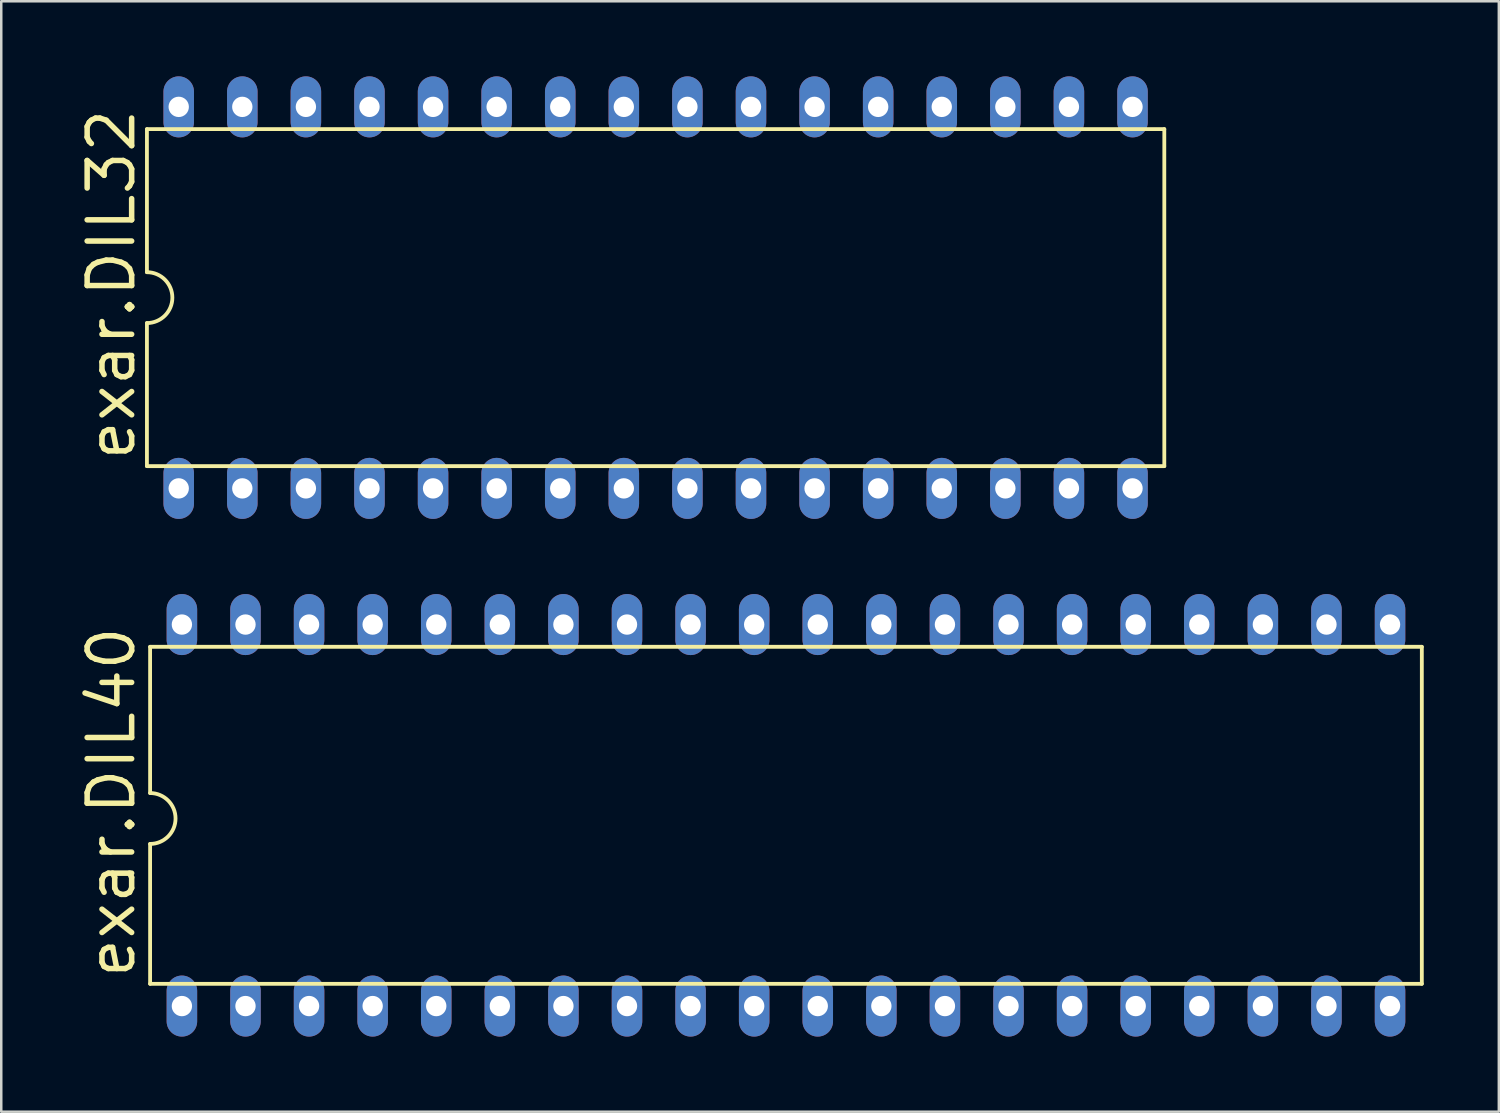
<source format=kicad_pcb>
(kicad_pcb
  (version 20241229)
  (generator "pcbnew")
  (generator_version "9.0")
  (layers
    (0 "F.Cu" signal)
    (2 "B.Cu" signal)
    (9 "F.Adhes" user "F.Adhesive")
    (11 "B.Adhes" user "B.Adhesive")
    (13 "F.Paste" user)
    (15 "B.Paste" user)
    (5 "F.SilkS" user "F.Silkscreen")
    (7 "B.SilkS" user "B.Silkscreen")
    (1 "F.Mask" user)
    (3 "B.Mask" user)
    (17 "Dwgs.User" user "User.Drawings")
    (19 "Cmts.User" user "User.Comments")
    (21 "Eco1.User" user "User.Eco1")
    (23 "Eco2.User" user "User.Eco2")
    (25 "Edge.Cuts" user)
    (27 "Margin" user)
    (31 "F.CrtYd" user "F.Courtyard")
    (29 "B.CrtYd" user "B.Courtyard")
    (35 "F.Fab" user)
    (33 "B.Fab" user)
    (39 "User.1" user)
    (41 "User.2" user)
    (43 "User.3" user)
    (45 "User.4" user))
  (footprint "exar.DIL40"
    (layer "F.Cu")
    (at 28.346 29.518)
    (property "Reference" "exar.DIL40" (at -25.908 6.604 90) (layer "F.SilkS") (effects (font (size 1.778 1.778) (thickness 0.22)) (justify left bottom)))
    (attr through_hole)
    (fp_line (start -25.4 -6.731) (end -25.4 -0.889) (stroke (width 0.152) (type default)) (layer "F.SilkS"))
    (fp_line (start -25.4 6.731) (end -25.4 1.143) (stroke (width 0.152) (type default)) (layer "F.SilkS"))
    (fp_line (start -25.4 6.731) (end 25.4 6.731) (stroke (width 0.152) (type default)) (layer "F.SilkS"))
    (fp_line (start 25.4 -6.731) (end -25.4 -6.731) (stroke (width 0.152) (type default)) (layer "F.SilkS"))
    (fp_line (start 25.4 -6.731) (end 25.4 6.731) (stroke (width 0.152) (type default)) (layer "F.SilkS"))
    (fp_arc (start -25.4 -0.889) (mid -24.384 0.127) (end -25.4 1.143) (stroke (width 0.1524) (type default)) (layer "F.SilkS"))
    (pad "1" thru_hole oval (at -24.13 7.62 90) (size 2.438 1.219) (drill 0.813) (layers "*.Cu" "*.Mask"))
    (pad "2" thru_hole oval (at -21.59 7.62 90) (size 2.438 1.219) (drill 0.813) (layers "*.Cu" "*.Mask"))
    (pad "3" thru_hole oval (at -19.05 7.62 90) (size 2.438 1.219) (drill 0.813) (layers "*.Cu" "*.Mask"))
    (pad "4" thru_hole oval (at -16.51 7.62 90) (size 2.438 1.219) (drill 0.813) (layers "*.Cu" "*.Mask"))
    (pad "5" thru_hole oval (at -13.97 7.62 90) (size 2.438 1.219) (drill 0.813) (layers "*.Cu" "*.Mask"))
    (pad "6" thru_hole oval (at -11.43 7.62 90) (size 2.438 1.219) (drill 0.813) (layers "*.Cu" "*.Mask"))
    (pad "7" thru_hole oval (at -8.89 7.62 90) (size 2.438 1.219) (drill 0.813) (layers "*.Cu" "*.Mask"))
    (pad "8" thru_hole oval (at -6.35 7.62 90) (size 2.438 1.219) (drill 0.813) (layers "*.Cu" "*.Mask"))
    (pad "9" thru_hole oval (at -3.81 7.62 90) (size 2.438 1.219) (drill 0.813) (layers "*.Cu" "*.Mask"))
    (pad "10" thru_hole oval (at -1.27 7.62 90) (size 2.438 1.219) (drill 0.813) (layers "*.Cu" "*.Mask"))
    (pad "11" thru_hole oval (at 1.27 7.62 90) (size 2.438 1.219) (drill 0.813) (layers "*.Cu" "*.Mask"))
    (pad "12" thru_hole oval (at 3.81 7.62 90) (size 2.438 1.219) (drill 0.813) (layers "*.Cu" "*.Mask"))
    (pad "13" thru_hole oval (at 6.35 7.62 90) (size 2.438 1.219) (drill 0.813) (layers "*.Cu" "*.Mask"))
    (pad "14" thru_hole oval (at 8.89 7.62 90) (size 2.438 1.219) (drill 0.813) (layers "*.Cu" "*.Mask"))
    (pad "15" thru_hole oval (at 11.43 7.62 90) (size 2.438 1.219) (drill 0.813) (layers "*.Cu" "*.Mask"))
    (pad "16" thru_hole oval (at 13.97 7.62 90) (size 2.438 1.219) (drill 0.813) (layers "*.Cu" "*.Mask"))
    (pad "17" thru_hole oval (at 16.51 7.62 90) (size 2.438 1.219) (drill 0.813) (layers "*.Cu" "*.Mask"))
    (pad "18" thru_hole oval (at 19.05 7.62 90) (size 2.438 1.219) (drill 0.813) (layers "*.Cu" "*.Mask"))
    (pad "19" thru_hole oval (at 21.59 7.62 90) (size 2.438 1.219) (drill 0.813) (layers "*.Cu" "*.Mask"))
    (pad "20" thru_hole oval (at 24.13 7.62 90) (size 2.438 1.219) (drill 0.813) (layers "*.Cu" "*.Mask"))
    (pad "21" thru_hole oval (at 24.13 -7.62 90) (size 2.438 1.219) (drill 0.813) (layers "*.Cu" "*.Mask"))
    (pad "22" thru_hole oval (at 21.59 -7.62 90) (size 2.438 1.219) (drill 0.813) (layers "*.Cu" "*.Mask"))
    (pad "23" thru_hole oval (at 19.05 -7.62 90) (size 2.438 1.219) (drill 0.813) (layers "*.Cu" "*.Mask"))
    (pad "24" thru_hole oval (at 16.51 -7.62 90) (size 2.438 1.219) (drill 0.813) (layers "*.Cu" "*.Mask"))
    (pad "25" thru_hole oval (at 13.97 -7.62 90) (size 2.438 1.219) (drill 0.813) (layers "*.Cu" "*.Mask"))
    (pad "26" thru_hole oval (at 11.43 -7.62 90) (size 2.438 1.219) (drill 0.813) (layers "*.Cu" "*.Mask"))
    (pad "27" thru_hole oval (at 8.89 -7.62 90) (size 2.438 1.219) (drill 0.813) (layers "*.Cu" "*.Mask"))
    (pad "28" thru_hole oval (at 6.35 -7.62 90) (size 2.438 1.219) (drill 0.813) (layers "*.Cu" "*.Mask"))
    (pad "29" thru_hole oval (at 3.81 -7.62 90) (size 2.438 1.219) (drill 0.813) (layers "*.Cu" "*.Mask"))
    (pad "30" thru_hole oval (at 1.27 -7.62 90) (size 2.438 1.219) (drill 0.813) (layers "*.Cu" "*.Mask"))
    (pad "31" thru_hole oval (at -1.27 -7.62 90) (size 2.438 1.219) (drill 0.813) (layers "*.Cu" "*.Mask"))
    (pad "32" thru_hole oval (at -3.81 -7.62 90) (size 2.438 1.219) (drill 0.813) (layers "*.Cu" "*.Mask"))
    (pad "33" thru_hole oval (at -6.35 -7.62 90) (size 2.438 1.219) (drill 0.813) (layers "*.Cu" "*.Mask"))
    (pad "34" thru_hole oval (at -8.89 -7.62 90) (size 2.438 1.219) (drill 0.813) (layers "*.Cu" "*.Mask"))
    (pad "35" thru_hole oval (at -11.43 -7.62 90) (size 2.438 1.219) (drill 0.813) (layers "*.Cu" "*.Mask"))
    (pad "36" thru_hole oval (at -13.97 -7.62 90) (size 2.438 1.219) (drill 0.813) (layers "*.Cu" "*.Mask"))
    (pad "37" thru_hole oval (at -16.51 -7.62 90) (size 2.438 1.219) (drill 0.813) (layers "*.Cu" "*.Mask"))
    (pad "38" thru_hole oval (at -19.05 -7.62 90) (size 2.438 1.219) (drill 0.813) (layers "*.Cu" "*.Mask"))
    (pad "39" thru_hole oval (at -21.59 -7.62 90) (size 2.438 1.219) (drill 0.813) (layers "*.Cu" "*.Mask"))
    (pad "40" thru_hole oval (at -24.13 -7.62 90) (size 2.438 1.219) (drill 0.813) (layers "*.Cu" "*.Mask")))
  (footprint "exar.DIL32"
    (layer "F.Cu")
    (at 23.139 8.839)
    (property "Reference" "exar.DIL32" (at -20.701 6.604 90) (layer "F.SilkS") (effects (font (size 1.778 1.778) (thickness 0.22)) (justify left bottom)))
    (attr through_hole)
    (fp_line (start -20.32 -6.731) (end -20.32 -1.016) (stroke (width 0.152) (type default)) (layer "F.SilkS"))
    (fp_line (start -20.32 6.731) (end -20.32 1.016) (stroke (width 0.152) (type default)) (layer "F.SilkS"))
    (fp_line (start -20.32 6.731) (end 20.32 6.731) (stroke (width 0.152) (type default)) (layer "F.SilkS"))
    (fp_line (start 20.32 -6.731) (end -20.32 -6.731) (stroke (width 0.152) (type default)) (layer "F.SilkS"))
    (fp_line (start 20.32 -6.731) (end 20.32 6.731) (stroke (width 0.152) (type default)) (layer "F.SilkS"))
    (fp_arc (start -20.32 -1.016) (mid -19.304 0) (end -20.32 1.016) (stroke (width 0.1524) (type default)) (layer "F.SilkS"))
    (pad "1" thru_hole oval (at -19.05 7.62 90) (size 2.438 1.219) (drill 0.813) (layers "*.Cu" "*.Mask"))
    (pad "2" thru_hole oval (at -16.51 7.62 90) (size 2.438 1.219) (drill 0.813) (layers "*.Cu" "*.Mask"))
    (pad "3" thru_hole oval (at -13.97 7.62 90) (size 2.438 1.219) (drill 0.813) (layers "*.Cu" "*.Mask"))
    (pad "4" thru_hole oval (at -11.43 7.62 90) (size 2.438 1.219) (drill 0.813) (layers "*.Cu" "*.Mask"))
    (pad "5" thru_hole oval (at -8.89 7.62 90) (size 2.438 1.219) (drill 0.813) (layers "*.Cu" "*.Mask"))
    (pad "6" thru_hole oval (at -6.35 7.62 90) (size 2.438 1.219) (drill 0.813) (layers "*.Cu" "*.Mask"))
    (pad "7" thru_hole oval (at -3.81 7.62 90) (size 2.438 1.219) (drill 0.813) (layers "*.Cu" "*.Mask"))
    (pad "8" thru_hole oval (at -1.27 7.62 90) (size 2.438 1.219) (drill 0.813) (layers "*.Cu" "*.Mask"))
    (pad "9" thru_hole oval (at 1.27 7.62 90) (size 2.438 1.219) (drill 0.813) (layers "*.Cu" "*.Mask"))
    (pad "10" thru_hole oval (at 3.81 7.62 90) (size 2.438 1.219) (drill 0.813) (layers "*.Cu" "*.Mask"))
    (pad "11" thru_hole oval (at 6.35 7.62 90) (size 2.438 1.219) (drill 0.813) (layers "*.Cu" "*.Mask"))
    (pad "12" thru_hole oval (at 8.89 7.62 90) (size 2.438 1.219) (drill 0.813) (layers "*.Cu" "*.Mask"))
    (pad "13" thru_hole oval (at 11.43 7.62 90) (size 2.438 1.219) (drill 0.813) (layers "*.Cu" "*.Mask"))
    (pad "14" thru_hole oval (at 13.97 7.62 90) (size 2.438 1.219) (drill 0.813) (layers "*.Cu" "*.Mask"))
    (pad "15" thru_hole oval (at 16.51 7.62 90) (size 2.438 1.219) (drill 0.813) (layers "*.Cu" "*.Mask"))
    (pad "16" thru_hole oval (at 19.05 7.62 90) (size 2.438 1.219) (drill 0.813) (layers "*.Cu" "*.Mask"))
    (pad "17" thru_hole oval (at 19.05 -7.62 90) (size 2.438 1.219) (drill 0.813) (layers "*.Cu" "*.Mask"))
    (pad "18" thru_hole oval (at 16.51 -7.62 90) (size 2.438 1.219) (drill 0.813) (layers "*.Cu" "*.Mask"))
    (pad "19" thru_hole oval (at 13.97 -7.62 90) (size 2.438 1.219) (drill 0.813) (layers "*.Cu" "*.Mask"))
    (pad "20" thru_hole oval (at 11.43 -7.62 90) (size 2.438 1.219) (drill 0.813) (layers "*.Cu" "*.Mask"))
    (pad "21" thru_hole oval (at 8.89 -7.62 90) (size 2.438 1.219) (drill 0.813) (layers "*.Cu" "*.Mask"))
    (pad "22" thru_hole oval (at 6.35 -7.62 90) (size 2.438 1.219) (drill 0.813) (layers "*.Cu" "*.Mask"))
    (pad "23" thru_hole oval (at 3.81 -7.62 90) (size 2.438 1.219) (drill 0.813) (layers "*.Cu" "*.Mask"))
    (pad "24" thru_hole oval (at 1.27 -7.62 90) (size 2.438 1.219) (drill 0.813) (layers "*.Cu" "*.Mask"))
    (pad "25" thru_hole oval (at -1.27 -7.62 90) (size 2.438 1.219) (drill 0.813) (layers "*.Cu" "*.Mask"))
    (pad "26" thru_hole oval (at -3.81 -7.62 90) (size 2.438 1.219) (drill 0.813) (layers "*.Cu" "*.Mask"))
    (pad "27" thru_hole oval (at -6.35 -7.62 90) (size 2.438 1.219) (drill 0.813) (layers "*.Cu" "*.Mask"))
    (pad "28" thru_hole oval (at -8.89 -7.62 90) (size 2.438 1.219) (drill 0.813) (layers "*.Cu" "*.Mask"))
    (pad "29" thru_hole oval (at -11.43 -7.62 90) (size 2.438 1.219) (drill 0.813) (layers "*.Cu" "*.Mask"))
    (pad "30" thru_hole oval (at -13.97 -7.62 90) (size 2.438 1.219) (drill 0.813) (layers "*.Cu" "*.Mask"))
    (pad "31" thru_hole oval (at -16.51 -7.62 90) (size 2.438 1.219) (drill 0.813) (layers "*.Cu" "*.Mask"))
    (pad "32" thru_hole oval (at -19.05 -7.62 90) (size 2.438 1.219) (drill 0.813) (layers "*.Cu" "*.Mask")))
  (gr_rect
    (start -3 -3)
    (end 56.822 41.357)
    (stroke (width 0.1) (type default))
    (fill no)
    (layer "Edge.Cuts")))
</source>
